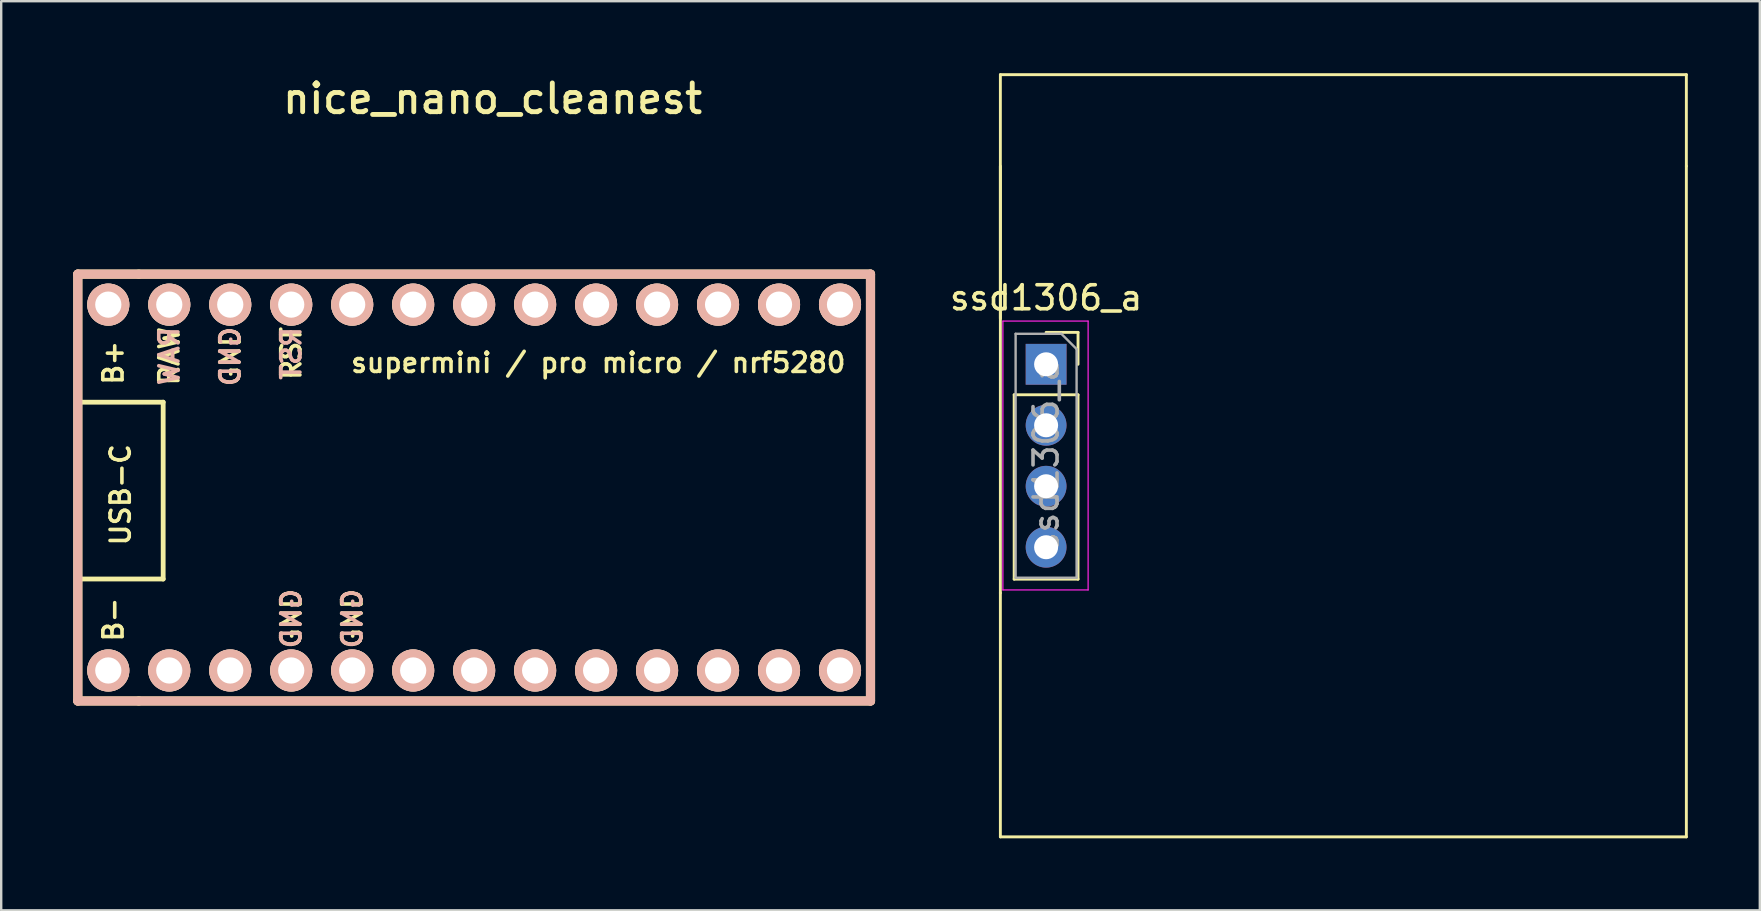
<source format=kicad_pcb>
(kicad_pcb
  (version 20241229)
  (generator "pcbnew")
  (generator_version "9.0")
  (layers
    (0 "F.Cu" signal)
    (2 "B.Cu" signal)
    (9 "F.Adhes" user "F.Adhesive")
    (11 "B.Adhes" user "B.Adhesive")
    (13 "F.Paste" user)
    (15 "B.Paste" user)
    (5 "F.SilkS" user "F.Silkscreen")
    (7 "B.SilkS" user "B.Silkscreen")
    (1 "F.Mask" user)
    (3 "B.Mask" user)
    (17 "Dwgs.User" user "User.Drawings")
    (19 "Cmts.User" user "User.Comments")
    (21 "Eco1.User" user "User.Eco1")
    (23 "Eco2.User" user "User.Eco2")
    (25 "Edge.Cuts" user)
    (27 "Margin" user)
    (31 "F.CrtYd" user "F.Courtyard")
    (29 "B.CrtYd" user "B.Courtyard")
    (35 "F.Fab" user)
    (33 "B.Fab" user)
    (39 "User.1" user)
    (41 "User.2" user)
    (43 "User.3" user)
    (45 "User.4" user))
  (footprint "ssd1306_a"
    (layer "F.Cu")
    (at 40.526 12.125)
    (property "Reference" "ssd1306_a" (at 0 -2.77 0) (layer "F.SilkS") (effects (font (size 1 1) (thickness 0.15))))
    (attr through_hole)
    (fp_line (start -1.905 -12.065) (end 26.67 -12.065) (stroke (width 0.12) (type solid)) (layer "F.SilkS"))
    (fp_line (start -1.905 -1.905) (end -1.905 -12.065) (stroke (width 0.12) (type solid)) (layer "F.SilkS"))
    (fp_line (start -1.905 9.525) (end -1.905 -8.255) (stroke (width 0.12) (type solid)) (layer "F.SilkS"))
    (fp_line (start -1.905 9.525) (end -1.905 19.685) (stroke (width 0.12) (type solid)) (layer "F.SilkS"))
    (fp_line (start -1.905 19.685) (end 26.67 19.685) (stroke (width 0.12) (type solid)) (layer "F.SilkS"))
    (fp_line (start -1.33 1.27) (end -1.33 8.95) (stroke (width 0.12) (type solid)) (layer "F.SilkS"))
    (fp_line (start -1.33 1.27) (end 1.33 1.27) (stroke (width 0.12) (type solid)) (layer "F.SilkS"))
    (fp_line (start -1.33 8.95) (end 1.33 8.95) (stroke (width 0.12) (type solid)) (layer "F.SilkS"))
    (fp_line (start 0 -1.33) (end 1.33 -1.33) (stroke (width 0.12) (type solid)) (layer "F.SilkS"))
    (fp_line (start 1.33 -1.33) (end 1.33 0) (stroke (width 0.12) (type solid)) (layer "F.SilkS"))
    (fp_line (start 1.33 1.27) (end 1.33 8.95) (stroke (width 0.12) (type solid)) (layer "F.SilkS"))
    (fp_line (start 26.67 -12.065) (end 26.67 -8.255) (stroke (width 0.12) (type solid)) (layer "F.SilkS"))
    (fp_line (start 26.67 19.685) (end 26.67 -8.255) (stroke (width 0.12) (type solid)) (layer "F.SilkS"))
    (fp_line (start -1.8 -1.8) (end 1.75 -1.8) (stroke (width 0.05) (type solid)) (layer "F.CrtYd"))
    (fp_line (start -1.8 9.4) (end -1.8 -1.8) (stroke (width 0.05) (type solid)) (layer "F.CrtYd"))
    (fp_line (start 1.75 -1.8) (end 1.75 9.4) (stroke (width 0.05) (type solid)) (layer "F.CrtYd"))
    (fp_line (start 1.75 9.4) (end -1.8 9.4) (stroke (width 0.05) (type solid)) (layer "F.CrtYd"))
    (fp_line (start -1.27 -1.27) (end 0.635 -1.27) (stroke (width 0.1) (type solid)) (layer "F.Fab"))
    (fp_line (start -1.27 8.89) (end -1.27 -1.27) (stroke (width 0.1) (type solid)) (layer "F.Fab"))
    (fp_line (start 0.635 -1.27) (end 1.27 -0.635) (stroke (width 0.1) (type solid)) (layer "F.Fab"))
    (fp_line (start 1.27 -0.635) (end 1.27 8.89) (stroke (width 0.1) (type solid)) (layer "F.Fab"))
    (fp_line (start 1.27 8.89) (end -1.27 8.89) (stroke (width 0.1) (type solid)) (layer "F.Fab"))
    (fp_text user "${REFERENCE}" (at 0 3.81 90) (layer "F.Fab") (effects (font (size 1 1) (thickness 0.15))))
    (pad "1" thru_hole oval (at 0 7.62) (size 1.7 1.7) (drill 1) (layers "*.Cu" "*.Mask"))
    (pad "2" thru_hole oval (at 0 5.08) (size 1.7 1.7) (drill 1) (layers "*.Cu" "*.Mask"))
    (pad "3" thru_hole oval (at 0 2.54) (size 1.7 1.7) (drill 1) (layers "*.Cu" "*.Mask"))
    (pad "4" thru_hole rect (at 0 0) (size 1.7 1.7) (drill 1) (layers "*.Cu" "*.Mask")))
  (footprint "nice_nano_cleanest"
    (layer "F.Cu")
    (at 17.971 17.259)
    (property "Reference" "nice_nano_cleanest" (at -0.5 -16.2 0) (layer "F.SilkS") (effects (font (size 1.2 1.2) (thickness 0.203))))
    (attr through_hole)
    (fp_line (start -17.78 -8.89) (end -17.78 8.89) (stroke (width 0.381) (type solid)) (layer "F.SilkS"))
    (fp_line (start -17.78 8.89) (end -15.24 8.89) (stroke (width 0.381) (type solid)) (layer "F.SilkS"))
    (fp_line (start -17.7 -3.556) (end -14.224 -3.556) (stroke (width 0.2) (type solid)) (layer "F.SilkS"))
    (fp_line (start -15.24 -8.89) (end -17.78 -8.89) (stroke (width 0.381) (type solid)) (layer "F.SilkS"))
    (fp_line (start -15.24 8.89) (end 15.24 8.89) (stroke (width 0.381) (type solid)) (layer "F.SilkS"))
    (fp_line (start -14.224 -3.556) (end -14.224 3.81) (stroke (width 0.2) (type solid)) (layer "F.SilkS"))
    (fp_line (start -14.224 3.81) (end -17.8 3.81) (stroke (width 0.2) (type solid)) (layer "F.SilkS"))
    (fp_line (start 15.24 -8.89) (end -15.24 -8.89) (stroke (width 0.381) (type solid)) (layer "F.SilkS"))
    (fp_line (start 15.24 8.89) (end 15.24 -8.89) (stroke (width 0.381) (type solid)) (layer "F.SilkS"))
    (fp_line (start -17.78 -8.89) (end -17.78 8.89) (stroke (width 0.381) (type solid)) (layer "B.SilkS"))
    (fp_line (start -17.78 8.89) (end 15.24 8.89) (stroke (width 0.381) (type solid)) (layer "B.SilkS"))
    (fp_line (start 15.24 -8.89) (end -17.78 -8.89) (stroke (width 0.381) (type solid)) (layer "B.SilkS"))
    (fp_line (start 15.24 8.89) (end 15.24 -8.89) (stroke (width 0.381) (type solid)) (layer "B.SilkS"))
    (fp_text user "RST" (at -8.89 -5.588 90) (layer "F.SilkS") (effects (font (size 0.8 0.8) (thickness 0.15))))
    (fp_text user "B-" (at -16.3 5.5 90) (layer "F.SilkS") (effects (font (size 0.8 0.8) (thickness 0.15))))
    (fp_text user "B+" (at -16.3 -5.2 90) (layer "F.SilkS") (effects (font (size 0.8 0.8) (thickness 0.15))))
    (fp_text user "USB-C" (at -16 0.3 90) (layer "F.SilkS") (effects (font (size 0.8 0.8) (thickness 0.15))))
    (fp_text user "GND" (at -6.35 5.461 90) (layer "F.SilkS") (effects (font (size 0.8 0.8) (thickness 0.15))))
    (fp_text user "GND" (at -11.43 -5.455 90) (layer "F.SilkS") (effects (font (size 0.8 0.8) (thickness 0.15))))
    (fp_text user "RAW" (at -13.97 -5.474 90) (layer "F.SilkS") (effects (font (size 0.8 0.8) (thickness 0.15))))
    (fp_text user "supermini / pro micro / nrf5280" (at 3.9 -5.2 0) (layer "F.SilkS") (effects (font (size 0.8 0.8) (thickness 0.15))))
    (fp_text user "GND" (at -8.89 5.461 90) (layer "F.SilkS") (effects (font (size 0.8 0.8) (thickness 0.15))))
    (fp_text user "GND" (at -6.35 5.461 90) (layer "B.SilkS") (effects (font (size 0.8 0.8) (thickness 0.15)) (justify mirror)))
    (fp_text user "GND" (at -8.89 5.461 90) (layer "B.SilkS") (effects (font (size 0.8 0.8) (thickness 0.15)) (justify mirror)))
    (fp_text user "GND" (at -11.43 -5.455 90) (layer "B.SilkS") (effects (font (size 0.8 0.8) (thickness 0.15)) (justify mirror)))
    (fp_text user "RST" (at -8.89 -5.588 90) (layer "B.SilkS") (effects (font (size 0.8 0.8) (thickness 0.15)) (justify mirror)))
    (fp_text user "RAW" (at -13.97 -5.474 90) (layer "B.SilkS") (effects (font (size 0.8 0.8) (thickness 0.15)) (justify mirror)))
    (pad "1" thru_hole circle (at -13.97 7.62) (size 1.753 1.753) (drill 1.092) (layers "*.Cu" "*.SilkS" "*.Mask"))
    (pad "2" thru_hole circle (at -11.43 7.62) (size 1.753 1.753) (drill 1.092) (layers "*.Cu" "*.SilkS" "*.Mask"))
    (pad "3" thru_hole circle (at -8.89 7.62) (size 1.753 1.753) (drill 1.092) (layers "*.Cu" "*.SilkS" "*.Mask"))
    (pad "4" thru_hole circle (at -6.35 7.62) (size 1.753 1.753) (drill 1.092) (layers "*.Cu" "*.SilkS" "*.Mask"))
    (pad "5" thru_hole circle (at -3.81 7.62) (size 1.753 1.753) (drill 1.092) (layers "*.Cu" "*.SilkS" "*.Mask"))
    (pad "6" thru_hole circle (at -1.27 7.62) (size 1.753 1.753) (drill 1.092) (layers "*.Cu" "*.SilkS" "*.Mask"))
    (pad "7" thru_hole circle (at 1.27 7.62) (size 1.753 1.753) (drill 1.092) (layers "*.Cu" "*.SilkS" "*.Mask"))
    (pad "8" thru_hole circle (at 3.81 7.62) (size 1.753 1.753) (drill 1.092) (layers "*.Cu" "*.SilkS" "*.Mask"))
    (pad "9" thru_hole circle (at 6.35 7.62) (size 1.753 1.753) (drill 1.092) (layers "*.Cu" "*.SilkS" "*.Mask"))
    (pad "10" thru_hole circle (at 8.89 7.62) (size 1.753 1.753) (drill 1.092) (layers "*.Cu" "*.SilkS" "*.Mask"))
    (pad "11" thru_hole circle (at 11.43 7.62) (size 1.753 1.753) (drill 1.092) (layers "*.Cu" "*.SilkS" "*.Mask"))
    (pad "12" thru_hole circle (at 13.97 7.62) (size 1.753 1.753) (drill 1.092) (layers "*.Cu" "*.SilkS" "*.Mask"))
    (pad "13" thru_hole circle (at 13.97 -7.62) (size 1.753 1.753) (drill 1.092) (layers "*.Cu" "*.SilkS" "*.Mask"))
    (pad "14" thru_hole circle (at 11.43 -7.62) (size 1.753 1.753) (drill 1.092) (layers "*.Cu" "*.SilkS" "*.Mask"))
    (pad "15" thru_hole circle (at 8.89 -7.62) (size 1.753 1.753) (drill 1.092) (layers "*.Cu" "*.SilkS" "*.Mask"))
    (pad "16" thru_hole circle (at 6.35 -7.62) (size 1.753 1.753) (drill 1.092) (layers "*.Cu" "*.SilkS" "*.Mask"))
    (pad "17" thru_hole circle (at 3.81 -7.62) (size 1.753 1.753) (drill 1.092) (layers "*.Cu" "*.SilkS" "*.Mask"))
    (pad "18" thru_hole circle (at 1.27 -7.62) (size 1.753 1.753) (drill 1.092) (layers "*.Cu" "*.SilkS" "*.Mask"))
    (pad "19" thru_hole circle (at -1.27 -7.62) (size 1.753 1.753) (drill 1.092) (layers "*.Cu" "*.SilkS" "*.Mask"))
    (pad "20" thru_hole circle (at -3.81 -7.62) (size 1.753 1.753) (drill 1.092) (layers "*.Cu" "*.SilkS" "*.Mask"))
    (pad "21" thru_hole circle (at -6.35 -7.62) (size 1.753 1.753) (drill 1.092) (layers "*.Cu" "*.SilkS" "*.Mask"))
    (pad "22" thru_hole circle (at -8.89 -7.62) (size 1.753 1.753) (drill 1.092) (layers "*.Cu" "*.SilkS" "*.Mask"))
    (pad "23" thru_hole circle (at -11.43 -7.62) (size 1.753 1.753) (drill 1.092) (layers "*.Cu" "*.SilkS" "*.Mask"))
    (pad "24" thru_hole circle (at -13.97 -7.62) (size 1.753 1.753) (drill 1.092) (layers "*.Cu" "*.SilkS" "*.Mask"))
    (pad "25" thru_hole circle (at -16.51 -7.62) (size 1.753 1.753) (drill 1.092) (layers "*.Cu" "*.SilkS" "*.Mask"))
    (pad "26" thru_hole circle (at -16.51 7.62) (size 1.753 1.753) (drill 1.092) (layers "*.Cu" "*.SilkS" "*.Mask")))
  (gr_rect
    (start -3 -3)
    (end 70.256 34.87)
    (stroke (width 0.1) (type default))
    (fill no)
    (layer "Edge.Cuts")))
</source>
